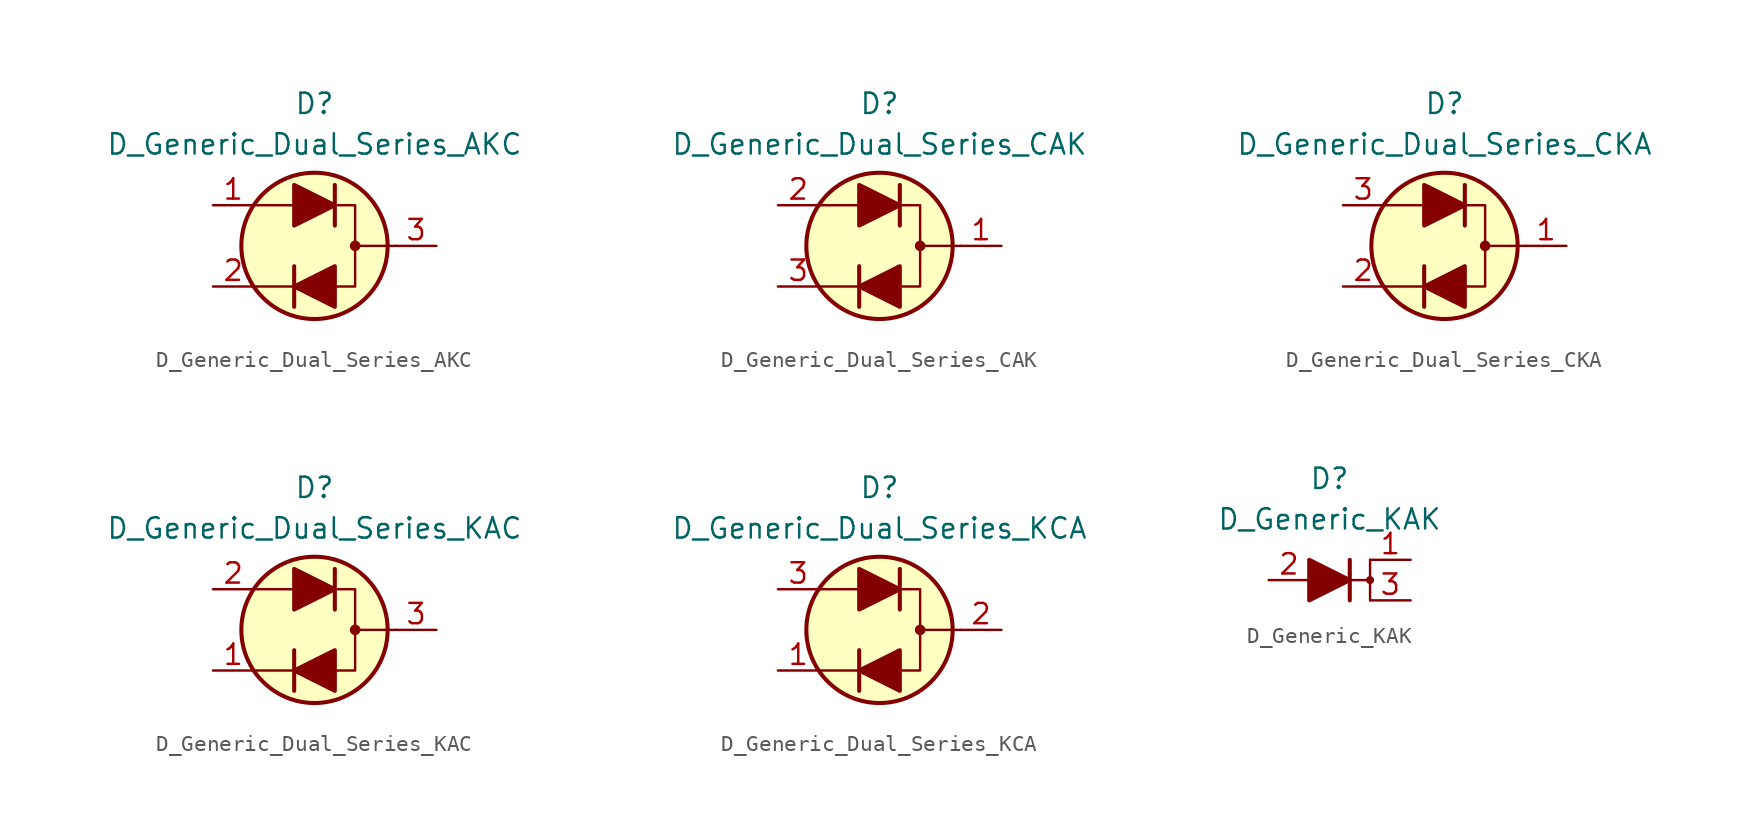
<source format=kicad_sym>
(kicad_symbol_lib
  (version 20211014)
  (generator kicad_symbol_editor)
  (symbol "D_Generic_Dual_Series_AKC"
    (pin_names
      (offset 1.016) hide)
    (property "Reference" "D"
      (at 0 8.89 0)
      (effects (font (size 1.27 1.27))))
    (property "Value" "D_Generic_Dual_Series_AKC"
      (at 0 6.35 0)
      (effects (font (size 1.27 1.27))))
    (symbol "D_Generic_Dual_Series_AKC_0_1"
      (polyline (pts (xy -1.27 -2.54) (xy -3.81 -2.54)) (stroke (width 0) (type default) (color 0 0 0 0)) (fill (type none)))
      (polyline (pts (xy -1.27 -1.27) (xy -1.27 -3.81)) (stroke (width 0.254) (type default) (color 0 0 0 0)) (fill (type none)))
      (polyline (pts (xy -1.27 2.54) (xy -3.81 2.54)) (stroke (width 0) (type default) (color 0 0 0 0)) (fill (type none)))
      (polyline (pts (xy 1.27 3.81) (xy 1.27 1.27)) (stroke (width 0.254) (type default) (color 0 0 0 0)) (fill (type none)))
      (polyline (pts (xy 5.08 0) (xy 2.54 0)) (stroke (width 0) (type default) (color 0 0 0 0)) (fill (type none)))
      (polyline (pts (xy 1.27 -2.54) (xy 2.54 -2.54) (xy 2.54 2.54) (xy 1.27 2.54)) (stroke (width 0) (type default) (color 0 0 0 0)) (fill (type none)))
      (circle (center 0 0) (radius 4.572) (stroke (width 0.254) (type default) (color 0 0 0 0)) (fill (type background)))
      (circle (center 2.54 0) (radius 0.254) (stroke (width 0) (type default) (color 0 0 0 0)) (fill (type outline))))
    (symbol "D_Generic_Dual_Series_AKC_1_1"
      (polyline (pts (xy -1.27 2.54) (xy 1.27 2.54)) (stroke (width 0) (type default) (color 0 0 0 0)) (fill (type none)))
      (polyline (pts (xy 1.27 -2.54) (xy -1.27 -2.54)) (stroke (width 0) (type default) (color 0 0 0 0)) (fill (type none)))
      (polyline (pts (xy -1.27 1.27) (xy -1.27 3.81) (xy 1.27 2.54) (xy -1.27 1.27)) (stroke (width 0.254) (type default) (color 0 0 0 0)) (fill (type outline)))
      (polyline (pts (xy 1.27 -1.27) (xy 1.27 -3.81) (xy -1.27 -2.54) (xy 1.27 -1.27)) (stroke (width 0.254) (type default) (color 0 0 0 0)) (fill (type outline)))
      (pin passive line (at -6.35 2.54 0) (length 2.54) (name "A" (effects (font (size 1.27 1.27)))) (number "1" (effects (font (size 1.27 1.27)))))
      (pin passive line (at -6.35 -2.54 0) (length 2.54) (name "K" (effects (font (size 1.27 1.27)))) (number "2" (effects (font (size 1.27 1.27)))))
      (pin passive line (at 7.62 0 180) (length 2.54) (name "C" (effects (font (size 1.27 1.27)))) (number "3" (effects (font (size 1.27 1.27)))))))
  (symbol "D_Generic_Dual_Series_CAK"
    (pin_names
      (offset 1.016) hide)
    (property "Reference" "D"
      (at 0 8.89 0)
      (effects (font (size 1.27 1.27))))
    (property "Value" "D_Generic_Dual_Series_CAK"
      (at 0 6.35 0)
      (effects (font (size 1.27 1.27))))
    (symbol "D_Generic_Dual_Series_CAK_0_1"
      (polyline (pts (xy -1.27 -2.54) (xy -3.81 -2.54)) (stroke (width 0) (type default) (color 0 0 0 0)) (fill (type none)))
      (polyline (pts (xy -1.27 -1.27) (xy -1.27 -3.81)) (stroke (width 0.254) (type default) (color 0 0 0 0)) (fill (type none)))
      (polyline (pts (xy -1.27 2.54) (xy -3.81 2.54)) (stroke (width 0) (type default) (color 0 0 0 0)) (fill (type none)))
      (polyline (pts (xy 1.27 3.81) (xy 1.27 1.27)) (stroke (width 0.254) (type default) (color 0 0 0 0)) (fill (type none)))
      (polyline (pts (xy 5.08 0) (xy 2.54 0)) (stroke (width 0) (type default) (color 0 0 0 0)) (fill (type none)))
      (polyline (pts (xy 1.27 -2.54) (xy 2.54 -2.54) (xy 2.54 2.54) (xy 1.27 2.54)) (stroke (width 0) (type default) (color 0 0 0 0)) (fill (type none)))
      (circle (center 0 0) (radius 4.572) (stroke (width 0.254) (type default) (color 0 0 0 0)) (fill (type background)))
      (circle (center 2.54 0) (radius 0.254) (stroke (width 0) (type default) (color 0 0 0 0)) (fill (type outline))))
    (symbol "D_Generic_Dual_Series_CAK_1_1"
      (polyline (pts (xy -1.27 2.54) (xy 1.27 2.54)) (stroke (width 0) (type default) (color 0 0 0 0)) (fill (type none)))
      (polyline (pts (xy 1.27 -2.54) (xy -1.27 -2.54)) (stroke (width 0) (type default) (color 0 0 0 0)) (fill (type none)))
      (polyline (pts (xy -1.27 1.27) (xy -1.27 3.81) (xy 1.27 2.54) (xy -1.27 1.27)) (stroke (width 0.254) (type default) (color 0 0 0 0)) (fill (type outline)))
      (polyline (pts (xy 1.27 -1.27) (xy 1.27 -3.81) (xy -1.27 -2.54) (xy 1.27 -1.27)) (stroke (width 0.254) (type default) (color 0 0 0 0)) (fill (type outline)))
      (pin passive line (at 7.62 0 180) (length 2.54) (name "C" (effects (font (size 1.27 1.27)))) (number "1" (effects (font (size 1.27 1.27)))))
      (pin passive line (at -6.35 2.54 0) (length 2.54) (name "A" (effects (font (size 1.27 1.27)))) (number "2" (effects (font (size 1.27 1.27)))))
      (pin passive line (at -6.35 -2.54 0) (length 2.54) (name "K" (effects (font (size 1.27 1.27)))) (number "3" (effects (font (size 1.27 1.27)))))))
  (symbol "D_Generic_Dual_Series_CKA"
    (pin_names
      (offset 1.016) hide)
    (property "Reference" "D"
      (at 0 8.89 0)
      (effects (font (size 1.27 1.27))))
    (property "Value" "D_Generic_Dual_Series_CKA"
      (at 0 6.35 0)
      (effects (font (size 1.27 1.27))))
    (symbol "D_Generic_Dual_Series_CKA_0_1"
      (polyline (pts (xy -1.27 -2.54) (xy -3.81 -2.54)) (stroke (width 0) (type default) (color 0 0 0 0)) (fill (type none)))
      (polyline (pts (xy -1.27 -1.27) (xy -1.27 -3.81)) (stroke (width 0.254) (type default) (color 0 0 0 0)) (fill (type none)))
      (polyline (pts (xy -1.27 2.54) (xy -3.81 2.54)) (stroke (width 0) (type default) (color 0 0 0 0)) (fill (type none)))
      (polyline (pts (xy 1.27 3.81) (xy 1.27 1.27)) (stroke (width 0.254) (type default) (color 0 0 0 0)) (fill (type none)))
      (polyline (pts (xy 5.08 0) (xy 2.54 0)) (stroke (width 0) (type default) (color 0 0 0 0)) (fill (type none)))
      (polyline (pts (xy 1.27 -2.54) (xy 2.54 -2.54) (xy 2.54 2.54) (xy 1.27 2.54)) (stroke (width 0) (type default) (color 0 0 0 0)) (fill (type none)))
      (circle (center 0 0) (radius 4.572) (stroke (width 0.254) (type default) (color 0 0 0 0)) (fill (type background)))
      (circle (center 2.54 0) (radius 0.254) (stroke (width 0) (type default) (color 0 0 0 0)) (fill (type outline))))
    (symbol "D_Generic_Dual_Series_CKA_1_1"
      (polyline (pts (xy -1.27 2.54) (xy 1.27 2.54)) (stroke (width 0) (type default) (color 0 0 0 0)) (fill (type none)))
      (polyline (pts (xy 1.27 -2.54) (xy -1.27 -2.54)) (stroke (width 0) (type default) (color 0 0 0 0)) (fill (type none)))
      (polyline (pts (xy -1.27 1.27) (xy -1.27 3.81) (xy 1.27 2.54) (xy -1.27 1.27)) (stroke (width 0.254) (type default) (color 0 0 0 0)) (fill (type outline)))
      (polyline (pts (xy 1.27 -1.27) (xy 1.27 -3.81) (xy -1.27 -2.54) (xy 1.27 -1.27)) (stroke (width 0.254) (type default) (color 0 0 0 0)) (fill (type outline)))
      (pin passive line (at 7.62 0 180) (length 2.54) (name "C" (effects (font (size 1.27 1.27)))) (number "1" (effects (font (size 1.27 1.27)))))
      (pin passive line (at -6.35 -2.54 0) (length 2.54) (name "K" (effects (font (size 1.27 1.27)))) (number "2" (effects (font (size 1.27 1.27)))))
      (pin passive line (at -6.35 2.54 0) (length 2.54) (name "A" (effects (font (size 1.27 1.27)))) (number "3" (effects (font (size 1.27 1.27)))))))
  (symbol "D_Generic_Dual_Series_KAC"
    (pin_names
      (offset 1.016) hide)
    (property "Reference" "D"
      (at 0 8.89 0)
      (effects (font (size 1.27 1.27))))
    (property "Value" "D_Generic_Dual_Series_KAC"
      (at 0 6.35 0)
      (effects (font (size 1.27 1.27))))
    (symbol "D_Generic_Dual_Series_KAC_0_1"
      (polyline (pts (xy -1.27 -2.54) (xy -3.81 -2.54)) (stroke (width 0) (type default) (color 0 0 0 0)) (fill (type none)))
      (polyline (pts (xy -1.27 -1.27) (xy -1.27 -3.81)) (stroke (width 0.254) (type default) (color 0 0 0 0)) (fill (type none)))
      (polyline (pts (xy -1.27 2.54) (xy -3.81 2.54)) (stroke (width 0) (type default) (color 0 0 0 0)) (fill (type none)))
      (polyline (pts (xy 1.27 3.81) (xy 1.27 1.27)) (stroke (width 0.254) (type default) (color 0 0 0 0)) (fill (type none)))
      (polyline (pts (xy 5.08 0) (xy 2.54 0)) (stroke (width 0) (type default) (color 0 0 0 0)) (fill (type none)))
      (polyline (pts (xy 1.27 -2.54) (xy 2.54 -2.54) (xy 2.54 2.54) (xy 1.27 2.54)) (stroke (width 0) (type default) (color 0 0 0 0)) (fill (type none)))
      (circle (center 0 0) (radius 4.572) (stroke (width 0.254) (type default) (color 0 0 0 0)) (fill (type background)))
      (circle (center 2.54 0) (radius 0.254) (stroke (width 0) (type default) (color 0 0 0 0)) (fill (type outline))))
    (symbol "D_Generic_Dual_Series_KAC_1_1"
      (polyline (pts (xy -1.27 2.54) (xy 1.27 2.54)) (stroke (width 0) (type default) (color 0 0 0 0)) (fill (type none)))
      (polyline (pts (xy 1.27 -2.54) (xy -1.27 -2.54)) (stroke (width 0) (type default) (color 0 0 0 0)) (fill (type none)))
      (polyline (pts (xy -1.27 1.27) (xy -1.27 3.81) (xy 1.27 2.54) (xy -1.27 1.27)) (stroke (width 0.254) (type default) (color 0 0 0 0)) (fill (type outline)))
      (polyline (pts (xy 1.27 -1.27) (xy 1.27 -3.81) (xy -1.27 -2.54) (xy 1.27 -1.27)) (stroke (width 0.254) (type default) (color 0 0 0 0)) (fill (type outline)))
      (pin passive line (at -6.35 -2.54 0) (length 2.54) (name "K" (effects (font (size 1.27 1.27)))) (number "1" (effects (font (size 1.27 1.27)))))
      (pin passive line (at -6.35 2.54 0) (length 2.54) (name "A" (effects (font (size 1.27 1.27)))) (number "2" (effects (font (size 1.27 1.27)))))
      (pin passive line (at 7.62 0 180) (length 2.54) (name "C" (effects (font (size 1.27 1.27)))) (number "3" (effects (font (size 1.27 1.27)))))))
  (symbol "D_Generic_Dual_Series_KCA"
    (pin_names
      (offset 1.016) hide)
    (property "Reference" "D"
      (at 0 8.89 0)
      (effects (font (size 1.27 1.27))))
    (property "Value" "D_Generic_Dual_Series_KCA"
      (at 0 6.35 0)
      (effects (font (size 1.27 1.27))))
    (symbol "D_Generic_Dual_Series_KCA_0_1"
      (polyline (pts (xy -1.27 -2.54) (xy -3.81 -2.54)) (stroke (width 0) (type default) (color 0 0 0 0)) (fill (type none)))
      (polyline (pts (xy -1.27 -1.27) (xy -1.27 -3.81)) (stroke (width 0.254) (type default) (color 0 0 0 0)) (fill (type none)))
      (polyline (pts (xy -1.27 2.54) (xy -3.81 2.54)) (stroke (width 0) (type default) (color 0 0 0 0)) (fill (type none)))
      (polyline (pts (xy 1.27 3.81) (xy 1.27 1.27)) (stroke (width 0.254) (type default) (color 0 0 0 0)) (fill (type none)))
      (polyline (pts (xy 5.08 0) (xy 2.54 0)) (stroke (width 0) (type default) (color 0 0 0 0)) (fill (type none)))
      (polyline (pts (xy 1.27 -2.54) (xy 2.54 -2.54) (xy 2.54 2.54) (xy 1.27 2.54)) (stroke (width 0) (type default) (color 0 0 0 0)) (fill (type none)))
      (circle (center 0 0) (radius 4.572) (stroke (width 0.254) (type default) (color 0 0 0 0)) (fill (type background)))
      (circle (center 2.54 0) (radius 0.254) (stroke (width 0) (type default) (color 0 0 0 0)) (fill (type outline))))
    (symbol "D_Generic_Dual_Series_KCA_1_1"
      (polyline (pts (xy -1.27 2.54) (xy 1.27 2.54)) (stroke (width 0) (type default) (color 0 0 0 0)) (fill (type none)))
      (polyline (pts (xy 1.27 -2.54) (xy -1.27 -2.54)) (stroke (width 0) (type default) (color 0 0 0 0)) (fill (type none)))
      (polyline (pts (xy -1.27 1.27) (xy -1.27 3.81) (xy 1.27 2.54) (xy -1.27 1.27)) (stroke (width 0.254) (type default) (color 0 0 0 0)) (fill (type outline)))
      (polyline (pts (xy 1.27 -1.27) (xy 1.27 -3.81) (xy -1.27 -2.54) (xy 1.27 -1.27)) (stroke (width 0.254) (type default) (color 0 0 0 0)) (fill (type outline)))
      (pin passive line (at -6.35 -2.54 0) (length 2.54) (name "K" (effects (font (size 1.27 1.27)))) (number "1" (effects (font (size 1.27 1.27)))))
      (pin passive line (at 7.62 0 180) (length 2.54) (name "C" (effects (font (size 1.27 1.27)))) (number "2" (effects (font (size 1.27 1.27)))))
      (pin passive line (at -6.35 2.54 0) (length 2.54) (name "A" (effects (font (size 1.27 1.27)))) (number "3" (effects (font (size 1.27 1.27)))))))
  (symbol "D_Generic_KAK"
    (pin_names
      (offset 1.016) hide)
    (property "Reference" "D"
      (at 0 6.35 0)
      (effects (font (size 1.27 1.27))))
    (property "Value" "D_Generic_KAK"
      (at 0 3.81 0)
      (effects (font (size 1.27 1.27))))
    (symbol "D_Generic_KAK_0_1"
      (polyline (pts (xy -1.27 0) (xy 1.27 0)) (stroke (width 0) (type default) (color 0 0 0 0)) (fill (type none)))
      (polyline (pts (xy 1.27 -1.27) (xy 1.27 1.27)) (stroke (width 0.254) (type default) (color 0 0 0 0)) (fill (type none)))
      (polyline (pts (xy 1.27 0) (xy 2.54 0)) (stroke (width 0) (type default) (color 0 0 0 0)) (fill (type none)))
      (polyline (pts (xy 2.54 -1.27) (xy 2.54 1.27)) (stroke (width 0) (type default) (color 0 0 0 0)) (fill (type none)))
      (polyline (pts (xy -1.27 -1.27) (xy -1.27 1.27) (xy 1.27 0) (xy -1.27 -1.27)) (stroke (width 0.254) (type default) (color 0 0 0 0)) (fill (type outline)))
      (circle (center 2.54 0) (radius 0.178) (stroke (width 0) (type default) (color 0 0 0 0)) (fill (type outline))))
    (symbol "D_Generic_KAK_1_1"
      (pin passive line (at 5.08 1.27 180) (length 2.54) (name "K" (effects (font (size 1.27 1.27)))) (number "1" (effects (font (size 1.27 1.27)))))
      (pin passive line (at -3.81 0 0) (length 2.54) (name "A" (effects (font (size 1.27 1.27)))) (number "2" (effects (font (size 1.27 1.27)))))
      (pin passive line (at 5.08 -1.27 180) (length 2.54) (name "K" (effects (font (size 1.27 1.27)))) (number "3" (effects (font (size 1.27 1.27))))))))
</source>
